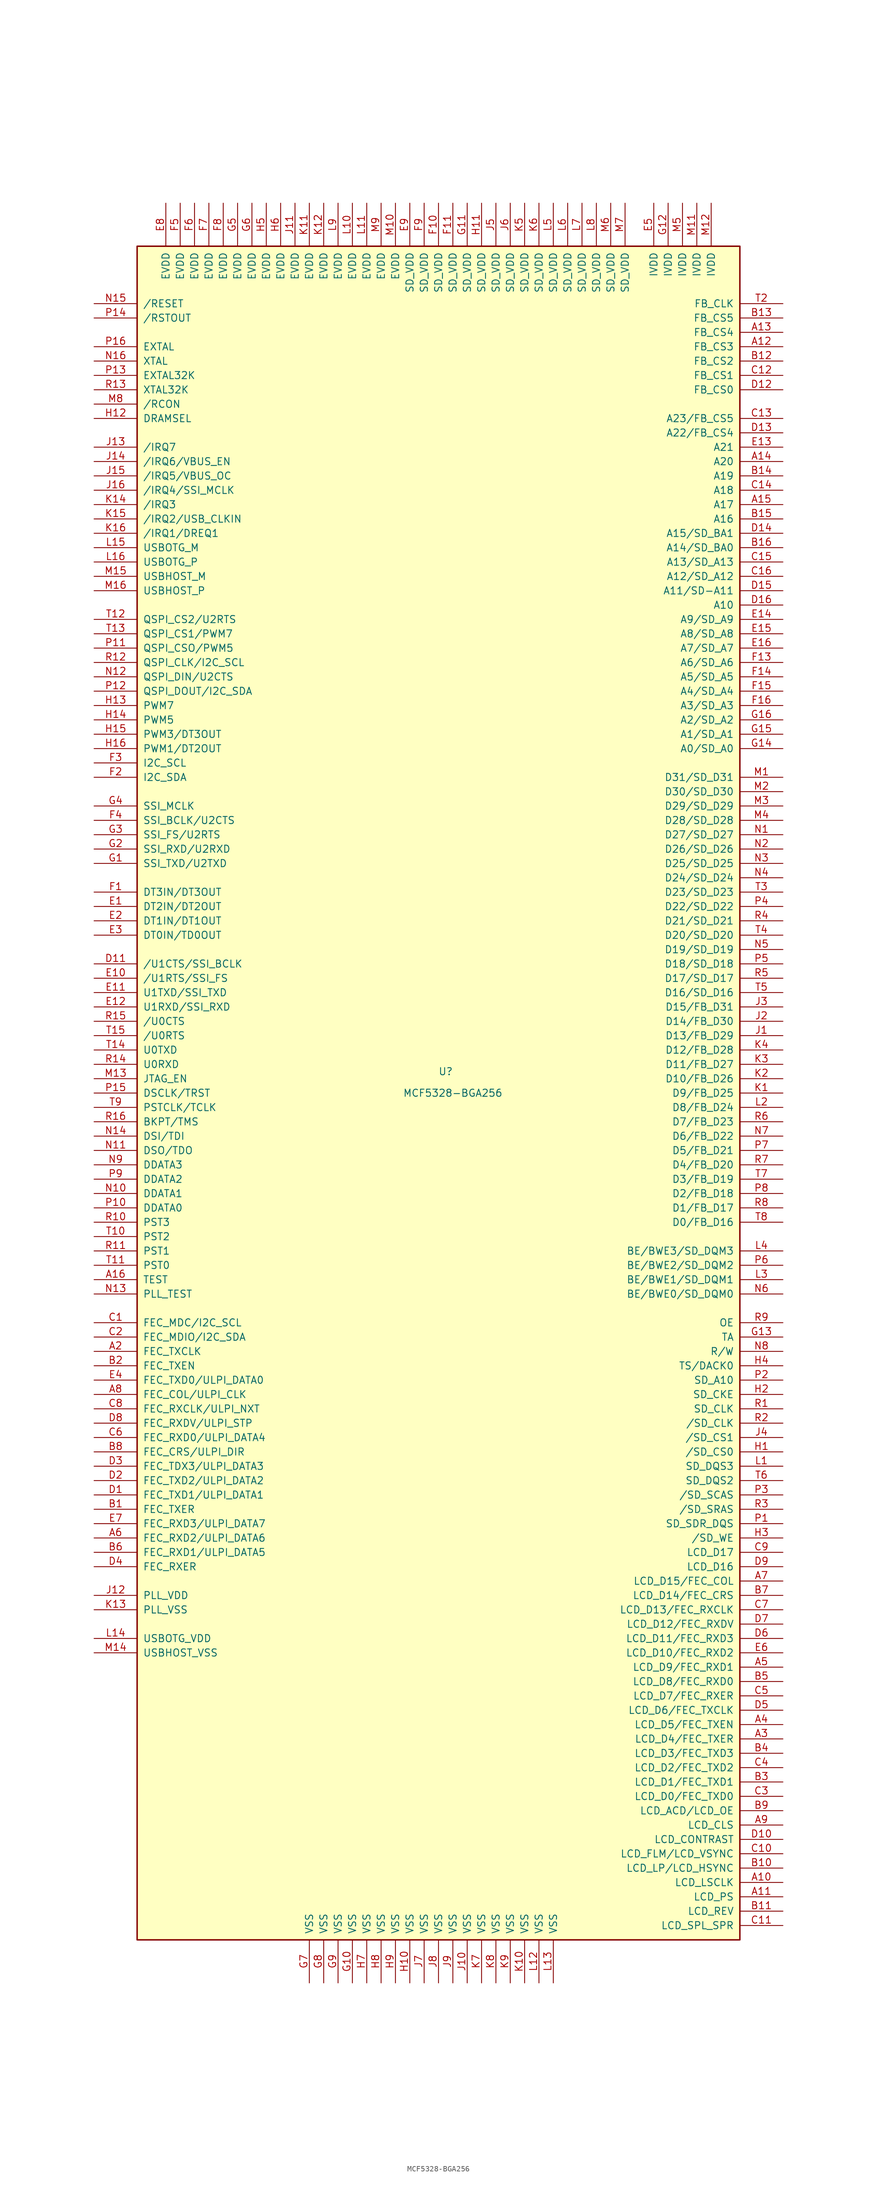
<source format=kicad_sym>
(kicad_symbol_lib
  (version 20201005)
  (generator kicad_symbol_editor)
  (symbol "MCF5328-BGA256"
    (pin_names
      (offset 1.016))
    (property "Reference" "U"
      (at 1.27 3.81 0)
      (effects (font (size 1.27 1.27))))
    (property "Value" "MCF5328-BGA256"
      (at 2.54 0 0)
      (effects (font (size 1.27 1.27))))
    (symbol "MCF5328-BGA256_0_1"
      (rectangle (start -53.34 149.86) (end 53.34 -149.86) (stroke (width 0.254)) (fill (type background))))
    (symbol "MCF5328-BGA256_1_1"
      (pin output line (at 60.96 -139.7 180) (length 7.62) (name "LCD_LSCLK" (effects (font (size 1.27 1.27)))) (number "A10" (effects (font (size 1.27 1.27)))))
      (pin output line (at 60.96 -142.24 180) (length 7.62) (name "LCD_PS" (effects (font (size 1.27 1.27)))) (number "A11" (effects (font (size 1.27 1.27)))))
      (pin output line (at 60.96 132.08 180) (length 7.62) (name "FB_CS3" (effects (font (size 1.27 1.27)))) (number "A12" (effects (font (size 1.27 1.27)))))
      (pin output line (at 60.96 134.62 180) (length 7.62) (name "FB_CS4" (effects (font (size 1.27 1.27)))) (number "A13" (effects (font (size 1.27 1.27)))))
      (pin output line (at 60.96 111.76 180) (length 7.62) (name "A20" (effects (font (size 1.27 1.27)))) (number "A14" (effects (font (size 1.27 1.27)))))
      (pin output line (at 60.96 104.14 180) (length 7.62) (name "A17" (effects (font (size 1.27 1.27)))) (number "A15" (effects (font (size 1.27 1.27)))))
      (pin input line (at -60.96 -33.02 0) (length 7.62) (name "TEST" (effects (font (size 1.27 1.27)))) (number "A16" (effects (font (size 1.27 1.27)))))
      (pin input line (at -60.96 -45.72 0) (length 7.62) (name "FEC_TXCLK" (effects (font (size 1.27 1.27)))) (number "A2" (effects (font (size 1.27 1.27)))))
      (pin output line (at 60.96 -114.3 180) (length 7.62) (name "LCD_D4/FEC_TXER" (effects (font (size 1.27 1.27)))) (number "A3" (effects (font (size 1.27 1.27)))))
      (pin output line (at 60.96 -111.76 180) (length 7.62) (name "LCD_D5/FEC_TXEN" (effects (font (size 1.27 1.27)))) (number "A4" (effects (font (size 1.27 1.27)))))
      (pin output line (at 60.96 -101.6 180) (length 7.62) (name "LCD_D9/FEC_RXD1" (effects (font (size 1.27 1.27)))) (number "A5" (effects (font (size 1.27 1.27)))))
      (pin input line (at -60.96 -78.74 0) (length 7.62) (name "FEC_RXD2/ULPI_DATA6" (effects (font (size 1.27 1.27)))) (number "A6" (effects (font (size 1.27 1.27)))))
      (pin output line (at 60.96 -86.36 180) (length 7.62) (name "LCD_D15/FEC_COL" (effects (font (size 1.27 1.27)))) (number "A7" (effects (font (size 1.27 1.27)))))
      (pin input line (at -60.96 -53.34 0) (length 7.62) (name "FEC_COL/ULPI_CLK" (effects (font (size 1.27 1.27)))) (number "A8" (effects (font (size 1.27 1.27)))))
      (pin output line (at 60.96 -129.54 180) (length 7.62) (name "LCD_CLS" (effects (font (size 1.27 1.27)))) (number "A9" (effects (font (size 1.27 1.27)))))
      (pin output line (at -60.96 -73.66 0) (length 7.62) (name "FEC_TXER" (effects (font (size 1.27 1.27)))) (number "B1" (effects (font (size 1.27 1.27)))))
      (pin output line (at 60.96 -137.16 180) (length 7.62) (name "LCD_LP/LCD_HSYNC" (effects (font (size 1.27 1.27)))) (number "B10" (effects (font (size 1.27 1.27)))))
      (pin output line (at 60.96 -144.78 180) (length 7.62) (name "LCD_REV" (effects (font (size 1.27 1.27)))) (number "B11" (effects (font (size 1.27 1.27)))))
      (pin output line (at 60.96 129.54 180) (length 7.62) (name "FB_CS2" (effects (font (size 1.27 1.27)))) (number "B12" (effects (font (size 1.27 1.27)))))
      (pin output line (at 60.96 137.16 180) (length 7.62) (name "FB_CS5" (effects (font (size 1.27 1.27)))) (number "B13" (effects (font (size 1.27 1.27)))))
      (pin output line (at 60.96 109.22 180) (length 7.62) (name "A19" (effects (font (size 1.27 1.27)))) (number "B14" (effects (font (size 1.27 1.27)))))
      (pin output line (at 60.96 101.6 180) (length 7.62) (name "A16" (effects (font (size 1.27 1.27)))) (number "B15" (effects (font (size 1.27 1.27)))))
      (pin output line (at 60.96 96.52 180) (length 7.62) (name "A14/SD_BA0" (effects (font (size 1.27 1.27)))) (number "B16" (effects (font (size 1.27 1.27)))))
      (pin output line (at -60.96 -48.26 0) (length 7.62) (name "FEC_TXEN" (effects (font (size 1.27 1.27)))) (number "B2" (effects (font (size 1.27 1.27)))))
      (pin output line (at 60.96 -121.92 180) (length 7.62) (name "LCD_D1/FEC_TXD1" (effects (font (size 1.27 1.27)))) (number "B3" (effects (font (size 1.27 1.27)))))
      (pin output line (at 60.96 -116.84 180) (length 7.62) (name "LCD_D3/FEC_TXD3" (effects (font (size 1.27 1.27)))) (number "B4" (effects (font (size 1.27 1.27)))))
      (pin output line (at 60.96 -104.14 180) (length 7.62) (name "LCD_D8/FEC_RXD0" (effects (font (size 1.27 1.27)))) (number "B5" (effects (font (size 1.27 1.27)))))
      (pin input line (at -60.96 -81.28 0) (length 7.62) (name "FEC_RXD1/ULPI_DATA5" (effects (font (size 1.27 1.27)))) (number "B6" (effects (font (size 1.27 1.27)))))
      (pin output line (at 60.96 -88.9 180) (length 7.62) (name "LCD_D14/FEC_CRS" (effects (font (size 1.27 1.27)))) (number "B7" (effects (font (size 1.27 1.27)))))
      (pin input line (at -60.96 -63.5 0) (length 7.62) (name "FEC_CRS/ULPI_DIR" (effects (font (size 1.27 1.27)))) (number "B8" (effects (font (size 1.27 1.27)))))
      (pin output line (at 60.96 -127 180) (length 7.62) (name "LCD_ACD/LCD_OE" (effects (font (size 1.27 1.27)))) (number "B9" (effects (font (size 1.27 1.27)))))
      (pin output line (at -60.96 -40.64 0) (length 7.62) (name "FEC_MDC/I2C_SCL" (effects (font (size 1.27 1.27)))) (number "C1" (effects (font (size 1.27 1.27)))))
      (pin output line (at 60.96 -134.62 180) (length 7.62) (name "LCD_FLM/LCD_VSYNC" (effects (font (size 1.27 1.27)))) (number "C10" (effects (font (size 1.27 1.27)))))
      (pin output line (at 60.96 -147.32 180) (length 7.62) (name "LCD_SPL_SPR" (effects (font (size 1.27 1.27)))) (number "C11" (effects (font (size 1.27 1.27)))))
      (pin output line (at 60.96 127 180) (length 7.62) (name "FB_CS1" (effects (font (size 1.27 1.27)))) (number "C12" (effects (font (size 1.27 1.27)))))
      (pin output line (at 60.96 119.38 180) (length 7.62) (name "A23/FB_CS5" (effects (font (size 1.27 1.27)))) (number "C13" (effects (font (size 1.27 1.27)))))
      (pin output line (at 60.96 106.68 180) (length 7.62) (name "A18" (effects (font (size 1.27 1.27)))) (number "C14" (effects (font (size 1.27 1.27)))))
      (pin output line (at 60.96 93.98 180) (length 7.62) (name "A13/SD_A13" (effects (font (size 1.27 1.27)))) (number "C15" (effects (font (size 1.27 1.27)))))
      (pin output line (at 60.96 91.44 180) (length 7.62) (name "A12/SD_A12" (effects (font (size 1.27 1.27)))) (number "C16" (effects (font (size 1.27 1.27)))))
      (pin bidirectional line (at -60.96 -43.18 0) (length 7.62) (name "FEC_MDIO/I2C_SDA" (effects (font (size 1.27 1.27)))) (number "C2" (effects (font (size 1.27 1.27)))))
      (pin output line (at 60.96 -124.46 180) (length 7.62) (name "LCD_D0/FEC_TXD0" (effects (font (size 1.27 1.27)))) (number "C3" (effects (font (size 1.27 1.27)))))
      (pin output line (at 60.96 -119.38 180) (length 7.62) (name "LCD_D2/FEC_TXD2" (effects (font (size 1.27 1.27)))) (number "C4" (effects (font (size 1.27 1.27)))))
      (pin output line (at 60.96 -106.68 180) (length 7.62) (name "LCD_D7/FEC_RXER" (effects (font (size 1.27 1.27)))) (number "C5" (effects (font (size 1.27 1.27)))))
      (pin input line (at -60.96 -60.96 0) (length 7.62) (name "FEC_RXD0/ULPI_DATA4" (effects (font (size 1.27 1.27)))) (number "C6" (effects (font (size 1.27 1.27)))))
      (pin output line (at 60.96 -91.44 180) (length 7.62) (name "LCD_D13/FEC_RXCLK" (effects (font (size 1.27 1.27)))) (number "C7" (effects (font (size 1.27 1.27)))))
      (pin input line (at -60.96 -55.88 0) (length 7.62) (name "FEC_RXCLK/ULPI_NXT" (effects (font (size 1.27 1.27)))) (number "C8" (effects (font (size 1.27 1.27)))))
      (pin output line (at 60.96 -81.28 180) (length 7.62) (name "LCD_D17" (effects (font (size 1.27 1.27)))) (number "C9" (effects (font (size 1.27 1.27)))))
      (pin output line (at -60.96 -71.12 0) (length 7.62) (name "FEC_TXD1/ULPI_DATA1" (effects (font (size 1.27 1.27)))) (number "D1" (effects (font (size 1.27 1.27)))))
      (pin output line (at 60.96 -132.08 180) (length 7.62) (name "LCD_CONTRAST" (effects (font (size 1.27 1.27)))) (number "D10" (effects (font (size 1.27 1.27)))))
      (pin input line (at -60.96 22.86 0) (length 7.62) (name "/U1CTS/SSI_BCLK" (effects (font (size 1.27 1.27)))) (number "D11" (effects (font (size 1.27 1.27)))))
      (pin output line (at 60.96 124.46 180) (length 7.62) (name "FB_CS0" (effects (font (size 1.27 1.27)))) (number "D12" (effects (font (size 1.27 1.27)))))
      (pin output line (at 60.96 116.84 180) (length 7.62) (name "A22/FB_CS4" (effects (font (size 1.27 1.27)))) (number "D13" (effects (font (size 1.27 1.27)))))
      (pin output line (at 60.96 99.06 180) (length 7.62) (name "A15/SD_BA1" (effects (font (size 1.27 1.27)))) (number "D14" (effects (font (size 1.27 1.27)))))
      (pin output line (at 60.96 88.9 180) (length 7.62) (name "A11/SD-A11" (effects (font (size 1.27 1.27)))) (number "D15" (effects (font (size 1.27 1.27)))))
      (pin output line (at 60.96 86.36 180) (length 7.62) (name "A10" (effects (font (size 1.27 1.27)))) (number "D16" (effects (font (size 1.27 1.27)))))
      (pin output line (at -60.96 -68.58 0) (length 7.62) (name "FEC_TXD2/ULPI_DATA2" (effects (font (size 1.27 1.27)))) (number "D2" (effects (font (size 1.27 1.27)))))
      (pin output line (at -60.96 -66.04 0) (length 7.62) (name "FEC_TDX3/ULPI_DATA3" (effects (font (size 1.27 1.27)))) (number "D3" (effects (font (size 1.27 1.27)))))
      (pin input line (at -60.96 -83.82 0) (length 7.62) (name "FEC_RXER" (effects (font (size 1.27 1.27)))) (number "D4" (effects (font (size 1.27 1.27)))))
      (pin output line (at 60.96 -109.22 180) (length 7.62) (name "LCD_D6/FEC_TXCLK" (effects (font (size 1.27 1.27)))) (number "D5" (effects (font (size 1.27 1.27)))))
      (pin output line (at 60.96 -96.52 180) (length 7.62) (name "LCD_D11/FEC_RXD3" (effects (font (size 1.27 1.27)))) (number "D6" (effects (font (size 1.27 1.27)))))
      (pin output line (at 60.96 -93.98 180) (length 7.62) (name "LCD_D12/FEC_RXDV" (effects (font (size 1.27 1.27)))) (number "D7" (effects (font (size 1.27 1.27)))))
      (pin input line (at -60.96 -58.42 0) (length 7.62) (name "FEC_RXDV/ULPI_STP" (effects (font (size 1.27 1.27)))) (number "D8" (effects (font (size 1.27 1.27)))))
      (pin output line (at 60.96 -83.82 180) (length 7.62) (name "LCD_D16" (effects (font (size 1.27 1.27)))) (number "D9" (effects (font (size 1.27 1.27)))))
      (pin input line (at -60.96 33.02 0) (length 7.62) (name "DT2IN/DT2OUT" (effects (font (size 1.27 1.27)))) (number "E1" (effects (font (size 1.27 1.27)))))
      (pin output line (at -60.96 20.32 0) (length 7.62) (name "/U1RTS/SSI_FS" (effects (font (size 1.27 1.27)))) (number "E10" (effects (font (size 1.27 1.27)))))
      (pin output line (at -60.96 17.78 0) (length 7.62) (name "U1TXD/SSI_TXD" (effects (font (size 1.27 1.27)))) (number "E11" (effects (font (size 1.27 1.27)))))
      (pin input line (at -60.96 15.24 0) (length 7.62) (name "U1RXD/SSI_RXD" (effects (font (size 1.27 1.27)))) (number "E12" (effects (font (size 1.27 1.27)))))
      (pin output line (at 60.96 114.3 180) (length 7.62) (name "A21" (effects (font (size 1.27 1.27)))) (number "E13" (effects (font (size 1.27 1.27)))))
      (pin output line (at 60.96 83.82 180) (length 7.62) (name "A9/SD_A9" (effects (font (size 1.27 1.27)))) (number "E14" (effects (font (size 1.27 1.27)))))
      (pin output line (at 60.96 81.28 180) (length 7.62) (name "A8/SD_A8" (effects (font (size 1.27 1.27)))) (number "E15" (effects (font (size 1.27 1.27)))))
      (pin output line (at 60.96 78.74 180) (length 7.62) (name "A7/SD_A7" (effects (font (size 1.27 1.27)))) (number "E16" (effects (font (size 1.27 1.27)))))
      (pin input line (at -60.96 30.48 0) (length 7.62) (name "DT1IN/DT1OUT" (effects (font (size 1.27 1.27)))) (number "E2" (effects (font (size 1.27 1.27)))))
      (pin input line (at -60.96 27.94 0) (length 7.62) (name "DT0IN/TD0OUT" (effects (font (size 1.27 1.27)))) (number "E3" (effects (font (size 1.27 1.27)))))
      (pin output line (at -60.96 -50.8 0) (length 7.62) (name "FEC_TXD0/ULPI_DATA0" (effects (font (size 1.27 1.27)))) (number "E4" (effects (font (size 1.27 1.27)))))
      (pin power_in line (at 38.1 157.48 270) (length 7.62) (name "IVDD" (effects (font (size 1.27 1.27)))) (number "E5" (effects (font (size 1.27 1.27)))))
      (pin output line (at 60.96 -99.06 180) (length 7.62) (name "LCD_D10/FEC_RXD2" (effects (font (size 1.27 1.27)))) (number "E6" (effects (font (size 1.27 1.27)))))
      (pin input line (at -60.96 -76.2 0) (length 7.62) (name "FEC_RXD3/ULPI_DATA7" (effects (font (size 1.27 1.27)))) (number "E7" (effects (font (size 1.27 1.27)))))
      (pin power_in line (at -48.26 157.48 270) (length 7.62) (name "EVDD" (effects (font (size 1.27 1.27)))) (number "E8" (effects (font (size 1.27 1.27)))))
      (pin power_in line (at -5.08 157.48 270) (length 7.62) (name "SD_VDD" (effects (font (size 1.27 1.27)))) (number "E9" (effects (font (size 1.27 1.27)))))
      (pin input line (at -60.96 35.56 0) (length 7.62) (name "DT3IN/DT3OUT" (effects (font (size 1.27 1.27)))) (number "F1" (effects (font (size 1.27 1.27)))))
      (pin power_in line (at 0 157.48 270) (length 7.62) (name "SD_VDD" (effects (font (size 1.27 1.27)))) (number "F10" (effects (font (size 1.27 1.27)))))
      (pin power_in line (at 2.54 157.48 270) (length 7.62) (name "SD_VDD" (effects (font (size 1.27 1.27)))) (number "F11" (effects (font (size 1.27 1.27)))))
      (pin output line (at 60.96 76.2 180) (length 7.62) (name "A6/SD_A6" (effects (font (size 1.27 1.27)))) (number "F13" (effects (font (size 1.27 1.27)))))
      (pin output line (at 60.96 73.66 180) (length 7.62) (name "A5/SD_A5" (effects (font (size 1.27 1.27)))) (number "F14" (effects (font (size 1.27 1.27)))))
      (pin output line (at 60.96 71.12 180) (length 7.62) (name "A4/SD_A4" (effects (font (size 1.27 1.27)))) (number "F15" (effects (font (size 1.27 1.27)))))
      (pin output line (at 60.96 68.58 180) (length 7.62) (name "A3/SD_A3" (effects (font (size 1.27 1.27)))) (number "F16" (effects (font (size 1.27 1.27)))))
      (pin bidirectional line (at -60.96 55.88 0) (length 7.62) (name "I2C_SDA" (effects (font (size 1.27 1.27)))) (number "F2" (effects (font (size 1.27 1.27)))))
      (pin bidirectional line (at -60.96 58.42 0) (length 7.62) (name "I2C_SCL" (effects (font (size 1.27 1.27)))) (number "F3" (effects (font (size 1.27 1.27)))))
      (pin bidirectional line (at -60.96 48.26 0) (length 7.62) (name "SSI_BCLK/U2CTS" (effects (font (size 1.27 1.27)))) (number "F4" (effects (font (size 1.27 1.27)))))
      (pin power_in line (at -45.72 157.48 270) (length 7.62) (name "EVDD" (effects (font (size 1.27 1.27)))) (number "F5" (effects (font (size 1.27 1.27)))))
      (pin power_in line (at -43.18 157.48 270) (length 7.62) (name "EVDD" (effects (font (size 1.27 1.27)))) (number "F6" (effects (font (size 1.27 1.27)))))
      (pin power_in line (at -40.64 157.48 270) (length 7.62) (name "EVDD" (effects (font (size 1.27 1.27)))) (number "F7" (effects (font (size 1.27 1.27)))))
      (pin power_in line (at -38.1 157.48 270) (length 7.62) (name "EVDD" (effects (font (size 1.27 1.27)))) (number "F8" (effects (font (size 1.27 1.27)))))
      (pin power_in line (at -2.54 157.48 270) (length 7.62) (name "SD_VDD" (effects (font (size 1.27 1.27)))) (number "F9" (effects (font (size 1.27 1.27)))))
      (pin output line (at -60.96 40.64 0) (length 7.62) (name "SSI_TXD/U2TXD" (effects (font (size 1.27 1.27)))) (number "G1" (effects (font (size 1.27 1.27)))))
      (pin power_in line (at -15.24 -157.48 90) (length 7.62) (name "VSS" (effects (font (size 1.27 1.27)))) (number "G10" (effects (font (size 1.27 1.27)))))
      (pin power_in line (at 5.08 157.48 270) (length 7.62) (name "SD_VDD" (effects (font (size 1.27 1.27)))) (number "G11" (effects (font (size 1.27 1.27)))))
      (pin power_in line (at 40.64 157.48 270) (length 7.62) (name "IVDD" (effects (font (size 1.27 1.27)))) (number "G12" (effects (font (size 1.27 1.27)))))
      (pin input line (at 60.96 -43.18 180) (length 7.62) (name "TA" (effects (font (size 1.27 1.27)))) (number "G13" (effects (font (size 1.27 1.27)))))
      (pin output line (at 60.96 60.96 180) (length 7.62) (name "A0/SD_A0" (effects (font (size 1.27 1.27)))) (number "G14" (effects (font (size 1.27 1.27)))))
      (pin output line (at 60.96 63.5 180) (length 7.62) (name "A1/SD_A1" (effects (font (size 1.27 1.27)))) (number "G15" (effects (font (size 1.27 1.27)))))
      (pin output line (at 60.96 66.04 180) (length 7.62) (name "A2/SD_A2" (effects (font (size 1.27 1.27)))) (number "G16" (effects (font (size 1.27 1.27)))))
      (pin input line (at -60.96 43.18 0) (length 7.62) (name "SSI_RXD/U2RXD" (effects (font (size 1.27 1.27)))) (number "G2" (effects (font (size 1.27 1.27)))))
      (pin bidirectional line (at -60.96 45.72 0) (length 7.62) (name "SSI_FS/U2RTS" (effects (font (size 1.27 1.27)))) (number "G3" (effects (font (size 1.27 1.27)))))
      (pin bidirectional line (at -60.96 50.8 0) (length 7.62) (name "SSI_MCLK" (effects (font (size 1.27 1.27)))) (number "G4" (effects (font (size 1.27 1.27)))))
      (pin power_in line (at -35.56 157.48 270) (length 7.62) (name "EVDD" (effects (font (size 1.27 1.27)))) (number "G5" (effects (font (size 1.27 1.27)))))
      (pin power_in line (at -33.02 157.48 270) (length 7.62) (name "EVDD" (effects (font (size 1.27 1.27)))) (number "G6" (effects (font (size 1.27 1.27)))))
      (pin power_in line (at -22.86 -157.48 90) (length 7.62) (name "VSS" (effects (font (size 1.27 1.27)))) (number "G7" (effects (font (size 1.27 1.27)))))
      (pin power_in line (at -20.32 -157.48 90) (length 7.62) (name "VSS" (effects (font (size 1.27 1.27)))) (number "G8" (effects (font (size 1.27 1.27)))))
      (pin power_in line (at -17.78 -157.48 90) (length 7.62) (name "VSS" (effects (font (size 1.27 1.27)))) (number "G9" (effects (font (size 1.27 1.27)))))
      (pin output line (at 60.96 -63.5 180) (length 7.62) (name "/SD_CS0" (effects (font (size 1.27 1.27)))) (number "H1" (effects (font (size 1.27 1.27)))))
      (pin power_in line (at -5.08 -157.48 90) (length 7.62) (name "VSS" (effects (font (size 1.27 1.27)))) (number "H10" (effects (font (size 1.27 1.27)))))
      (pin power_in line (at 7.62 157.48 270) (length 7.62) (name "SD_VDD" (effects (font (size 1.27 1.27)))) (number "H11" (effects (font (size 1.27 1.27)))))
      (pin input line (at -60.96 119.38 0) (length 7.62) (name "DRAMSEL" (effects (font (size 1.27 1.27)))) (number "H12" (effects (font (size 1.27 1.27)))))
      (pin bidirectional line (at -60.96 68.58 0) (length 7.62) (name "PWM7" (effects (font (size 1.27 1.27)))) (number "H13" (effects (font (size 1.27 1.27)))))
      (pin bidirectional line (at -60.96 66.04 0) (length 7.62) (name "PWM5" (effects (font (size 1.27 1.27)))) (number "H14" (effects (font (size 1.27 1.27)))))
      (pin bidirectional line (at -60.96 63.5 0) (length 7.62) (name "PWM3/DT3OUT" (effects (font (size 1.27 1.27)))) (number "H15" (effects (font (size 1.27 1.27)))))
      (pin bidirectional line (at -60.96 60.96 0) (length 7.62) (name "PWM1/DT2OUT" (effects (font (size 1.27 1.27)))) (number "H16" (effects (font (size 1.27 1.27)))))
      (pin output line (at 60.96 -53.34 180) (length 7.62) (name "SD_CKE" (effects (font (size 1.27 1.27)))) (number "H2" (effects (font (size 1.27 1.27)))))
      (pin output line (at 60.96 -78.74 180) (length 7.62) (name "/SD_WE" (effects (font (size 1.27 1.27)))) (number "H3" (effects (font (size 1.27 1.27)))))
      (pin output line (at 60.96 -48.26 180) (length 7.62) (name "TS/DACK0" (effects (font (size 1.27 1.27)))) (number "H4" (effects (font (size 1.27 1.27)))))
      (pin power_in line (at -30.48 157.48 270) (length 7.62) (name "EVDD" (effects (font (size 1.27 1.27)))) (number "H5" (effects (font (size 1.27 1.27)))))
      (pin power_in line (at -27.94 157.48 270) (length 7.62) (name "EVDD" (effects (font (size 1.27 1.27)))) (number "H6" (effects (font (size 1.27 1.27)))))
      (pin power_in line (at -12.7 -157.48 90) (length 7.62) (name "VSS" (effects (font (size 1.27 1.27)))) (number "H7" (effects (font (size 1.27 1.27)))))
      (pin power_in line (at -10.16 -157.48 90) (length 7.62) (name "VSS" (effects (font (size 1.27 1.27)))) (number "H8" (effects (font (size 1.27 1.27)))))
      (pin power_in line (at -7.62 -157.48 90) (length 7.62) (name "VSS" (effects (font (size 1.27 1.27)))) (number "H9" (effects (font (size 1.27 1.27)))))
      (pin output line (at 60.96 10.16 180) (length 7.62) (name "D13/FB_D29" (effects (font (size 1.27 1.27)))) (number "J1" (effects (font (size 1.27 1.27)))))
      (pin power_in line (at 5.08 -157.48 90) (length 7.62) (name "VSS" (effects (font (size 1.27 1.27)))) (number "J10" (effects (font (size 1.27 1.27)))))
      (pin power_in line (at -25.4 157.48 270) (length 7.62) (name "EVDD" (effects (font (size 1.27 1.27)))) (number "J11" (effects (font (size 1.27 1.27)))))
      (pin power_in line (at -60.96 -88.9 0) (length 7.62) (name "PLL_VDD" (effects (font (size 1.27 1.27)))) (number "J12" (effects (font (size 1.27 1.27)))))
      (pin input line (at -60.96 114.3 0) (length 7.62) (name "/IRQ7" (effects (font (size 1.27 1.27)))) (number "J13" (effects (font (size 1.27 1.27)))))
      (pin input line (at -60.96 111.76 0) (length 7.62) (name "/IRQ6/VBUS_EN" (effects (font (size 1.27 1.27)))) (number "J14" (effects (font (size 1.27 1.27)))))
      (pin input line (at -60.96 109.22 0) (length 7.62) (name "/IRQ5/VBUS_OC" (effects (font (size 1.27 1.27)))) (number "J15" (effects (font (size 1.27 1.27)))))
      (pin input line (at -60.96 106.68 0) (length 7.62) (name "/IRQ4/SSI_MCLK" (effects (font (size 1.27 1.27)))) (number "J16" (effects (font (size 1.27 1.27)))))
      (pin output line (at 60.96 12.7 180) (length 7.62) (name "D14/FB_D30" (effects (font (size 1.27 1.27)))) (number "J2" (effects (font (size 1.27 1.27)))))
      (pin output line (at 60.96 15.24 180) (length 7.62) (name "D15/FB_D31" (effects (font (size 1.27 1.27)))) (number "J3" (effects (font (size 1.27 1.27)))))
      (pin output line (at 60.96 -60.96 180) (length 7.62) (name "/SD_CS1" (effects (font (size 1.27 1.27)))) (number "J4" (effects (font (size 1.27 1.27)))))
      (pin power_in line (at 10.16 157.48 270) (length 7.62) (name "SD_VDD" (effects (font (size 1.27 1.27)))) (number "J5" (effects (font (size 1.27 1.27)))))
      (pin power_in line (at 12.7 157.48 270) (length 7.62) (name "SD_VDD" (effects (font (size 1.27 1.27)))) (number "J6" (effects (font (size 1.27 1.27)))))
      (pin power_in line (at -2.54 -157.48 90) (length 7.62) (name "VSS" (effects (font (size 1.27 1.27)))) (number "J7" (effects (font (size 1.27 1.27)))))
      (pin power_in line (at 0 -157.48 90) (length 7.62) (name "VSS" (effects (font (size 1.27 1.27)))) (number "J8" (effects (font (size 1.27 1.27)))))
      (pin power_in line (at 2.54 -157.48 90) (length 7.62) (name "VSS" (effects (font (size 1.27 1.27)))) (number "J9" (effects (font (size 1.27 1.27)))))
      (pin output line (at 60.96 0 180) (length 7.62) (name "D9/FB_D25" (effects (font (size 1.27 1.27)))) (number "K1" (effects (font (size 1.27 1.27)))))
      (pin power_in line (at 15.24 -157.48 90) (length 7.62) (name "VSS" (effects (font (size 1.27 1.27)))) (number "K10" (effects (font (size 1.27 1.27)))))
      (pin power_in line (at -22.86 157.48 270) (length 7.62) (name "EVDD" (effects (font (size 1.27 1.27)))) (number "K11" (effects (font (size 1.27 1.27)))))
      (pin power_in line (at -20.32 157.48 270) (length 7.62) (name "EVDD" (effects (font (size 1.27 1.27)))) (number "K12" (effects (font (size 1.27 1.27)))))
      (pin power_in line (at -60.96 -91.44 0) (length 7.62) (name "PLL_VSS" (effects (font (size 1.27 1.27)))) (number "K13" (effects (font (size 1.27 1.27)))))
      (pin input line (at -60.96 104.14 0) (length 7.62) (name "/IRQ3" (effects (font (size 1.27 1.27)))) (number "K14" (effects (font (size 1.27 1.27)))))
      (pin input line (at -60.96 101.6 0) (length 7.62) (name "/IRQ2/USB_CLKIN" (effects (font (size 1.27 1.27)))) (number "K15" (effects (font (size 1.27 1.27)))))
      (pin input line (at -60.96 99.06 0) (length 7.62) (name "/IRQ1/DREQ1" (effects (font (size 1.27 1.27)))) (number "K16" (effects (font (size 1.27 1.27)))))
      (pin output line (at 60.96 2.54 180) (length 7.62) (name "D10/FB_D26" (effects (font (size 1.27 1.27)))) (number "K2" (effects (font (size 1.27 1.27)))))
      (pin output line (at 60.96 5.08 180) (length 7.62) (name "D11/FB_D27" (effects (font (size 1.27 1.27)))) (number "K3" (effects (font (size 1.27 1.27)))))
      (pin output line (at 60.96 7.62 180) (length 7.62) (name "D12/FB_D28" (effects (font (size 1.27 1.27)))) (number "K4" (effects (font (size 1.27 1.27)))))
      (pin power_in line (at 15.24 157.48 270) (length 7.62) (name "SD_VDD" (effects (font (size 1.27 1.27)))) (number "K5" (effects (font (size 1.27 1.27)))))
      (pin power_in line (at 17.78 157.48 270) (length 7.62) (name "SD_VDD" (effects (font (size 1.27 1.27)))) (number "K6" (effects (font (size 1.27 1.27)))))
      (pin power_in line (at 7.62 -157.48 90) (length 7.62) (name "VSS" (effects (font (size 1.27 1.27)))) (number "K7" (effects (font (size 1.27 1.27)))))
      (pin power_in line (at 10.16 -157.48 90) (length 7.62) (name "VSS" (effects (font (size 1.27 1.27)))) (number "K8" (effects (font (size 1.27 1.27)))))
      (pin power_in line (at 12.7 -157.48 90) (length 7.62) (name "VSS" (effects (font (size 1.27 1.27)))) (number "K9" (effects (font (size 1.27 1.27)))))
      (pin input line (at 60.96 -66.04 180) (length 7.62) (name "SD_DQS3" (effects (font (size 1.27 1.27)))) (number "L1" (effects (font (size 1.27 1.27)))))
      (pin power_in line (at -15.24 157.48 270) (length 7.62) (name "EVDD" (effects (font (size 1.27 1.27)))) (number "L10" (effects (font (size 1.27 1.27)))))
      (pin power_in line (at -12.7 157.48 270) (length 7.62) (name "EVDD" (effects (font (size 1.27 1.27)))) (number "L11" (effects (font (size 1.27 1.27)))))
      (pin power_in line (at 17.78 -157.48 90) (length 7.62) (name "VSS" (effects (font (size 1.27 1.27)))) (number "L12" (effects (font (size 1.27 1.27)))))
      (pin power_in line (at 20.32 -157.48 90) (length 7.62) (name "VSS" (effects (font (size 1.27 1.27)))) (number "L13" (effects (font (size 1.27 1.27)))))
      (pin power_in line (at -60.96 -96.52 0) (length 7.62) (name "USBOTG_VDD" (effects (font (size 1.27 1.27)))) (number "L14" (effects (font (size 1.27 1.27)))))
      (pin bidirectional line (at -60.96 96.52 0) (length 7.62) (name "USBOTG_M" (effects (font (size 1.27 1.27)))) (number "L15" (effects (font (size 1.27 1.27)))))
      (pin bidirectional line (at -60.96 93.98 0) (length 7.62) (name "USBOTG_P" (effects (font (size 1.27 1.27)))) (number "L16" (effects (font (size 1.27 1.27)))))
      (pin output line (at 60.96 -2.54 180) (length 7.62) (name "D8/FB_D24" (effects (font (size 1.27 1.27)))) (number "L2" (effects (font (size 1.27 1.27)))))
      (pin output line (at 60.96 -33.02 180) (length 7.62) (name "BE/BWE1/SD_DQM1" (effects (font (size 1.27 1.27)))) (number "L3" (effects (font (size 1.27 1.27)))))
      (pin output line (at 60.96 -27.94 180) (length 7.62) (name "BE/BWE3/SD_DQM3" (effects (font (size 1.27 1.27)))) (number "L4" (effects (font (size 1.27 1.27)))))
      (pin power_in line (at 20.32 157.48 270) (length 7.62) (name "SD_VDD" (effects (font (size 1.27 1.27)))) (number "L5" (effects (font (size 1.27 1.27)))))
      (pin power_in line (at 22.86 157.48 270) (length 7.62) (name "SD_VDD" (effects (font (size 1.27 1.27)))) (number "L6" (effects (font (size 1.27 1.27)))))
      (pin power_in line (at 25.4 157.48 270) (length 7.62) (name "SD_VDD" (effects (font (size 1.27 1.27)))) (number "L7" (effects (font (size 1.27 1.27)))))
      (pin power_in line (at 27.94 157.48 270) (length 7.62) (name "SD_VDD" (effects (font (size 1.27 1.27)))) (number "L8" (effects (font (size 1.27 1.27)))))
      (pin power_in line (at -17.78 157.48 270) (length 7.62) (name "EVDD" (effects (font (size 1.27 1.27)))) (number "L9" (effects (font (size 1.27 1.27)))))
      (pin output line (at 60.96 55.88 180) (length 7.62) (name "D31/SD_D31" (effects (font (size 1.27 1.27)))) (number "M1" (effects (font (size 1.27 1.27)))))
      (pin power_in line (at -7.62 157.48 270) (length 7.62) (name "EVDD" (effects (font (size 1.27 1.27)))) (number "M10" (effects (font (size 1.27 1.27)))))
      (pin power_in line (at 45.72 157.48 270) (length 7.62) (name "IVDD" (effects (font (size 1.27 1.27)))) (number "M11" (effects (font (size 1.27 1.27)))))
      (pin power_in line (at 48.26 157.48 270) (length 7.62) (name "IVDD" (effects (font (size 1.27 1.27)))) (number "M12" (effects (font (size 1.27 1.27)))))
      (pin input line (at -60.96 2.54 0) (length 7.62) (name "JTAG_EN" (effects (font (size 1.27 1.27)))) (number "M13" (effects (font (size 1.27 1.27)))))
      (pin power_in line (at -60.96 -99.06 0) (length 7.62) (name "USBHOST_VSS" (effects (font (size 1.27 1.27)))) (number "M14" (effects (font (size 1.27 1.27)))))
      (pin bidirectional line (at -60.96 91.44 0) (length 7.62) (name "USBHOST_M" (effects (font (size 1.27 1.27)))) (number "M15" (effects (font (size 1.27 1.27)))))
      (pin bidirectional line (at -60.96 88.9 0) (length 7.62) (name "USBHOST_P" (effects (font (size 1.27 1.27)))) (number "M16" (effects (font (size 1.27 1.27)))))
      (pin output line (at 60.96 53.34 180) (length 7.62) (name "D30/SD_D30" (effects (font (size 1.27 1.27)))) (number "M2" (effects (font (size 1.27 1.27)))))
      (pin output line (at 60.96 50.8 180) (length 7.62) (name "D29/SD_D29" (effects (font (size 1.27 1.27)))) (number "M3" (effects (font (size 1.27 1.27)))))
      (pin output line (at 60.96 48.26 180) (length 7.62) (name "D28/SD_D28" (effects (font (size 1.27 1.27)))) (number "M4" (effects (font (size 1.27 1.27)))))
      (pin power_in line (at 43.18 157.48 270) (length 7.62) (name "IVDD" (effects (font (size 1.27 1.27)))) (number "M5" (effects (font (size 1.27 1.27)))))
      (pin power_in line (at 30.48 157.48 270) (length 7.62) (name "SD_VDD" (effects (font (size 1.27 1.27)))) (number "M6" (effects (font (size 1.27 1.27)))))
      (pin power_in line (at 33.02 157.48 270) (length 7.62) (name "SD_VDD" (effects (font (size 1.27 1.27)))) (number "M7" (effects (font (size 1.27 1.27)))))
      (pin input line (at -60.96 121.92 0) (length 7.62) (name "/RCON" (effects (font (size 1.27 1.27)))) (number "M8" (effects (font (size 1.27 1.27)))))
      (pin power_in line (at -10.16 157.48 270) (length 7.62) (name "EVDD" (effects (font (size 1.27 1.27)))) (number "M9" (effects (font (size 1.27 1.27)))))
      (pin output line (at 60.96 45.72 180) (length 7.62) (name "D27/SD_D27" (effects (font (size 1.27 1.27)))) (number "N1" (effects (font (size 1.27 1.27)))))
      (pin output line (at -60.96 -17.78 0) (length 7.62) (name "DDATA1" (effects (font (size 1.27 1.27)))) (number "N10" (effects (font (size 1.27 1.27)))))
      (pin output line (at -60.96 -10.16 0) (length 7.62) (name "DSO/TDO" (effects (font (size 1.27 1.27)))) (number "N11" (effects (font (size 1.27 1.27)))))
      (pin input line (at -60.96 73.66 0) (length 7.62) (name "QSPI_DIN/U2CTS" (effects (font (size 1.27 1.27)))) (number "N12" (effects (font (size 1.27 1.27)))))
      (pin input line (at -60.96 -35.56 0) (length 7.62) (name "PLL_TEST" (effects (font (size 1.27 1.27)))) (number "N13" (effects (font (size 1.27 1.27)))))
      (pin input line (at -60.96 -7.62 0) (length 7.62) (name "DSI/TDI" (effects (font (size 1.27 1.27)))) (number "N14" (effects (font (size 1.27 1.27)))))
      (pin input line (at -60.96 139.7 0) (length 7.62) (name "/RESET" (effects (font (size 1.27 1.27)))) (number "N15" (effects (font (size 1.27 1.27)))))
      (pin output line (at -60.96 129.54 0) (length 7.62) (name "XTAL" (effects (font (size 1.27 1.27)))) (number "N16" (effects (font (size 1.27 1.27)))))
      (pin output line (at 60.96 43.18 180) (length 7.62) (name "D26/SD_D26" (effects (font (size 1.27 1.27)))) (number "N2" (effects (font (size 1.27 1.27)))))
      (pin output line (at 60.96 40.64 180) (length 7.62) (name "D25/SD_D25" (effects (font (size 1.27 1.27)))) (number "N3" (effects (font (size 1.27 1.27)))))
      (pin output line (at 60.96 38.1 180) (length 7.62) (name "D24/SD_D24" (effects (font (size 1.27 1.27)))) (number "N4" (effects (font (size 1.27 1.27)))))
      (pin output line (at 60.96 25.4 180) (length 7.62) (name "D19/SD_D19" (effects (font (size 1.27 1.27)))) (number "N5" (effects (font (size 1.27 1.27)))))
      (pin output line (at 60.96 -35.56 180) (length 7.62) (name "BE/BWE0/SD_DQM0" (effects (font (size 1.27 1.27)))) (number "N6" (effects (font (size 1.27 1.27)))))
      (pin output line (at 60.96 -7.62 180) (length 7.62) (name "D6/FB_D22" (effects (font (size 1.27 1.27)))) (number "N7" (effects (font (size 1.27 1.27)))))
      (pin output line (at 60.96 -45.72 180) (length 7.62) (name "R/W" (effects (font (size 1.27 1.27)))) (number "N8" (effects (font (size 1.27 1.27)))))
      (pin output line (at -60.96 -12.7 0) (length 7.62) (name "DDATA3" (effects (font (size 1.27 1.27)))) (number "N9" (effects (font (size 1.27 1.27)))))
      (pin output line (at 60.96 -76.2 180) (length 7.62) (name "SD_SDR_DQS" (effects (font (size 1.27 1.27)))) (number "P1" (effects (font (size 1.27 1.27)))))
      (pin output line (at -60.96 -20.32 0) (length 7.62) (name "DDATA0" (effects (font (size 1.27 1.27)))) (number "P10" (effects (font (size 1.27 1.27)))))
      (pin output line (at -60.96 78.74 0) (length 7.62) (name "QSPI_CSO/PWM5" (effects (font (size 1.27 1.27)))) (number "P11" (effects (font (size 1.27 1.27)))))
      (pin output line (at -60.96 71.12 0) (length 7.62) (name "QSPI_DOUT/I2C_SDA" (effects (font (size 1.27 1.27)))) (number "P12" (effects (font (size 1.27 1.27)))))
      (pin input line (at -60.96 127 0) (length 7.62) (name "EXTAL32K" (effects (font (size 1.27 1.27)))) (number "P13" (effects (font (size 1.27 1.27)))))
      (pin output line (at -60.96 137.16 0) (length 7.62) (name "/RSTOUT" (effects (font (size 1.27 1.27)))) (number "P14" (effects (font (size 1.27 1.27)))))
      (pin input line (at -60.96 0 0) (length 7.62) (name "DSCLK/TRST" (effects (font (size 1.27 1.27)))) (number "P15" (effects (font (size 1.27 1.27)))))
      (pin input line (at -60.96 132.08 0) (length 7.62) (name "EXTAL" (effects (font (size 1.27 1.27)))) (number "P16" (effects (font (size 1.27 1.27)))))
      (pin output line (at 60.96 -50.8 180) (length 7.62) (name "SD_A10" (effects (font (size 1.27 1.27)))) (number "P2" (effects (font (size 1.27 1.27)))))
      (pin output line (at 60.96 -71.12 180) (length 7.62) (name "/SD_SCAS" (effects (font (size 1.27 1.27)))) (number "P3" (effects (font (size 1.27 1.27)))))
      (pin output line (at 60.96 33.02 180) (length 7.62) (name "D22/SD_D22" (effects (font (size 1.27 1.27)))) (number "P4" (effects (font (size 1.27 1.27)))))
      (pin output line (at 60.96 22.86 180) (length 7.62) (name "D18/SD_D18" (effects (font (size 1.27 1.27)))) (number "P5" (effects (font (size 1.27 1.27)))))
      (pin output line (at 60.96 -30.48 180) (length 7.62) (name "BE/BWE2/SD_DQM2" (effects (font (size 1.27 1.27)))) (number "P6" (effects (font (size 1.27 1.27)))))
      (pin output line (at 60.96 -10.16 180) (length 7.62) (name "D5/FB_D21" (effects (font (size 1.27 1.27)))) (number "P7" (effects (font (size 1.27 1.27)))))
      (pin output line (at 60.96 -17.78 180) (length 7.62) (name "D2/FB_D18" (effects (font (size 1.27 1.27)))) (number "P8" (effects (font (size 1.27 1.27)))))
      (pin output line (at -60.96 -15.24 0) (length 7.62) (name "DDATA2" (effects (font (size 1.27 1.27)))) (number "P9" (effects (font (size 1.27 1.27)))))
      (pin output line (at 60.96 -55.88 180) (length 7.62) (name "SD_CLK" (effects (font (size 1.27 1.27)))) (number "R1" (effects (font (size 1.27 1.27)))))
      (pin output line (at -60.96 -22.86 0) (length 7.62) (name "PST3" (effects (font (size 1.27 1.27)))) (number "R10" (effects (font (size 1.27 1.27)))))
      (pin output line (at -60.96 -27.94 0) (length 7.62) (name "PST1" (effects (font (size 1.27 1.27)))) (number "R11" (effects (font (size 1.27 1.27)))))
      (pin output line (at -60.96 76.2 0) (length 7.62) (name "QSPI_CLK/I2C_SCL" (effects (font (size 1.27 1.27)))) (number "R12" (effects (font (size 1.27 1.27)))))
      (pin output line (at -60.96 124.46 0) (length 7.62) (name "XTAL32K" (effects (font (size 1.27 1.27)))) (number "R13" (effects (font (size 1.27 1.27)))))
      (pin input line (at -60.96 5.08 0) (length 7.62) (name "U0RXD" (effects (font (size 1.27 1.27)))) (number "R14" (effects (font (size 1.27 1.27)))))
      (pin input line (at -60.96 12.7 0) (length 7.62) (name "/U0CTS" (effects (font (size 1.27 1.27)))) (number "R15" (effects (font (size 1.27 1.27)))))
      (pin input line (at -60.96 -5.08 0) (length 7.62) (name "BKPT/TMS" (effects (font (size 1.27 1.27)))) (number "R16" (effects (font (size 1.27 1.27)))))
      (pin output line (at 60.96 -58.42 180) (length 7.62) (name "/SD_CLK" (effects (font (size 1.27 1.27)))) (number "R2" (effects (font (size 1.27 1.27)))))
      (pin output line (at 60.96 -73.66 180) (length 7.62) (name "/SD_SRAS" (effects (font (size 1.27 1.27)))) (number "R3" (effects (font (size 1.27 1.27)))))
      (pin output line (at 60.96 30.48 180) (length 7.62) (name "D21/SD_D21" (effects (font (size 1.27 1.27)))) (number "R4" (effects (font (size 1.27 1.27)))))
      (pin output line (at 60.96 20.32 180) (length 7.62) (name "D17/SD_D17" (effects (font (size 1.27 1.27)))) (number "R5" (effects (font (size 1.27 1.27)))))
      (pin output line (at 60.96 -5.08 180) (length 7.62) (name "D7/FB_D23" (effects (font (size 1.27 1.27)))) (number "R6" (effects (font (size 1.27 1.27)))))
      (pin output line (at 60.96 -12.7 180) (length 7.62) (name "D4/FB_D20" (effects (font (size 1.27 1.27)))) (number "R7" (effects (font (size 1.27 1.27)))))
      (pin output line (at 60.96 -20.32 180) (length 7.62) (name "D1/FB_D17" (effects (font (size 1.27 1.27)))) (number "R8" (effects (font (size 1.27 1.27)))))
      (pin output line (at 60.96 -40.64 180) (length 7.62) (name "OE" (effects (font (size 1.27 1.27)))) (number "R9" (effects (font (size 1.27 1.27)))))
      (pin output line (at -60.96 -25.4 0) (length 7.62) (name "PST2" (effects (font (size 1.27 1.27)))) (number "T10" (effects (font (size 1.27 1.27)))))
      (pin output line (at -60.96 -30.48 0) (length 7.62) (name "PST0" (effects (font (size 1.27 1.27)))) (number "T11" (effects (font (size 1.27 1.27)))))
      (pin output line (at -60.96 83.82 0) (length 7.62) (name "QSPI_CS2/U2RTS" (effects (font (size 1.27 1.27)))) (number "T12" (effects (font (size 1.27 1.27)))))
      (pin output line (at -60.96 81.28 0) (length 7.62) (name "QSPI_CS1/PWM7" (effects (font (size 1.27 1.27)))) (number "T13" (effects (font (size 1.27 1.27)))))
      (pin output line (at -60.96 7.62 0) (length 7.62) (name "U0TXD" (effects (font (size 1.27 1.27)))) (number "T14" (effects (font (size 1.27 1.27)))))
      (pin output line (at -60.96 10.16 0) (length 7.62) (name "/U0RTS" (effects (font (size 1.27 1.27)))) (number "T15" (effects (font (size 1.27 1.27)))))
      (pin output line (at 60.96 139.7 180) (length 7.62) (name "FB_CLK" (effects (font (size 1.27 1.27)))) (number "T2" (effects (font (size 1.27 1.27)))))
      (pin output line (at 60.96 35.56 180) (length 7.62) (name "D23/SD_D23" (effects (font (size 1.27 1.27)))) (number "T3" (effects (font (size 1.27 1.27)))))
      (pin output line (at 60.96 27.94 180) (length 7.62) (name "D20/SD_D20" (effects (font (size 1.27 1.27)))) (number "T4" (effects (font (size 1.27 1.27)))))
      (pin output line (at 60.96 17.78 180) (length 7.62) (name "D16/SD_D16" (effects (font (size 1.27 1.27)))) (number "T5" (effects (font (size 1.27 1.27)))))
      (pin input line (at 60.96 -68.58 180) (length 7.62) (name "SD_DQS2" (effects (font (size 1.27 1.27)))) (number "T6" (effects (font (size 1.27 1.27)))))
      (pin output line (at 60.96 -15.24 180) (length 7.62) (name "D3/FB_D19" (effects (font (size 1.27 1.27)))) (number "T7" (effects (font (size 1.27 1.27)))))
      (pin output line (at 60.96 -22.86 180) (length 7.62) (name "D0/FB_D16" (effects (font (size 1.27 1.27)))) (number "T8" (effects (font (size 1.27 1.27)))))
      (pin output line (at -60.96 -2.54 0) (length 7.62) (name "PSTCLK/TCLK" (effects (font (size 1.27 1.27)))) (number "T9" (effects (font (size 1.27 1.27))))))))
</source>
